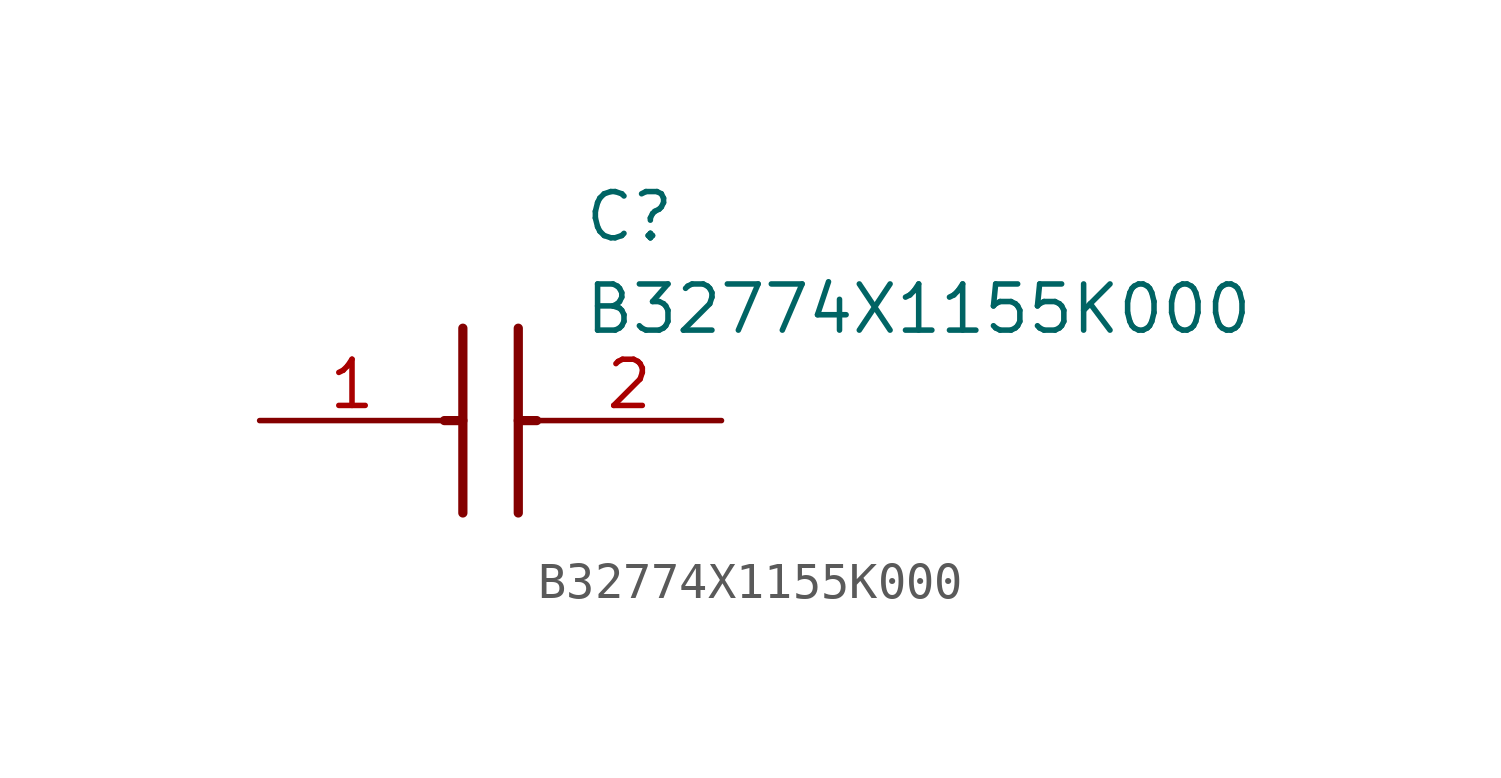
<source format=kicad_sym>
(kicad_symbol_lib
  (version 20211014)
  (generator SamacSys_ECAD_Model)
  (symbol "B32774X1155K000"
    (pin_names hide)
    (property "Reference" "C"
      (at 8.89 6.35 0)
      (effects (font (size 1.27 1.27)) (justify left top)))
    (property "Value" "B32774X1155K000"
      (at 8.89 3.81 0)
      (effects (font (size 1.27 1.27)) (justify left top)))
    (polyline
      (pts (xy 5.588 2.54) (xy 5.588 -2.54))
      (stroke (width 0.254) (type default))
      (fill (type none)))
    (polyline
      (pts (xy 7.112 2.54) (xy 7.112 -2.54))
      (stroke (width 0.254) (type default))
      (fill (type none)))
    (polyline
      (pts (xy 5.08 0) (xy 5.588 0))
      (stroke (width 0.254) (type default))
      (fill (type none)))
    (polyline
      (pts (xy 7.112 0) (xy 7.62 0))
      (stroke (width 0.254) (type default))
      (fill (type none)))
    (pin passive line
      (at 0 0 0)
      (length 5.08)
      (name "1" (effects (font (size 1.27 1.27))))
      (number "1" (effects (font (size 1.27 1.27)))))
    (pin passive line
      (at 12.7 0 180)
      (length 5.08)
      (name "2" (effects (font (size 1.27 1.27))))
      (number "2" (effects (font (size 1.27 1.27)))))))
</source>
